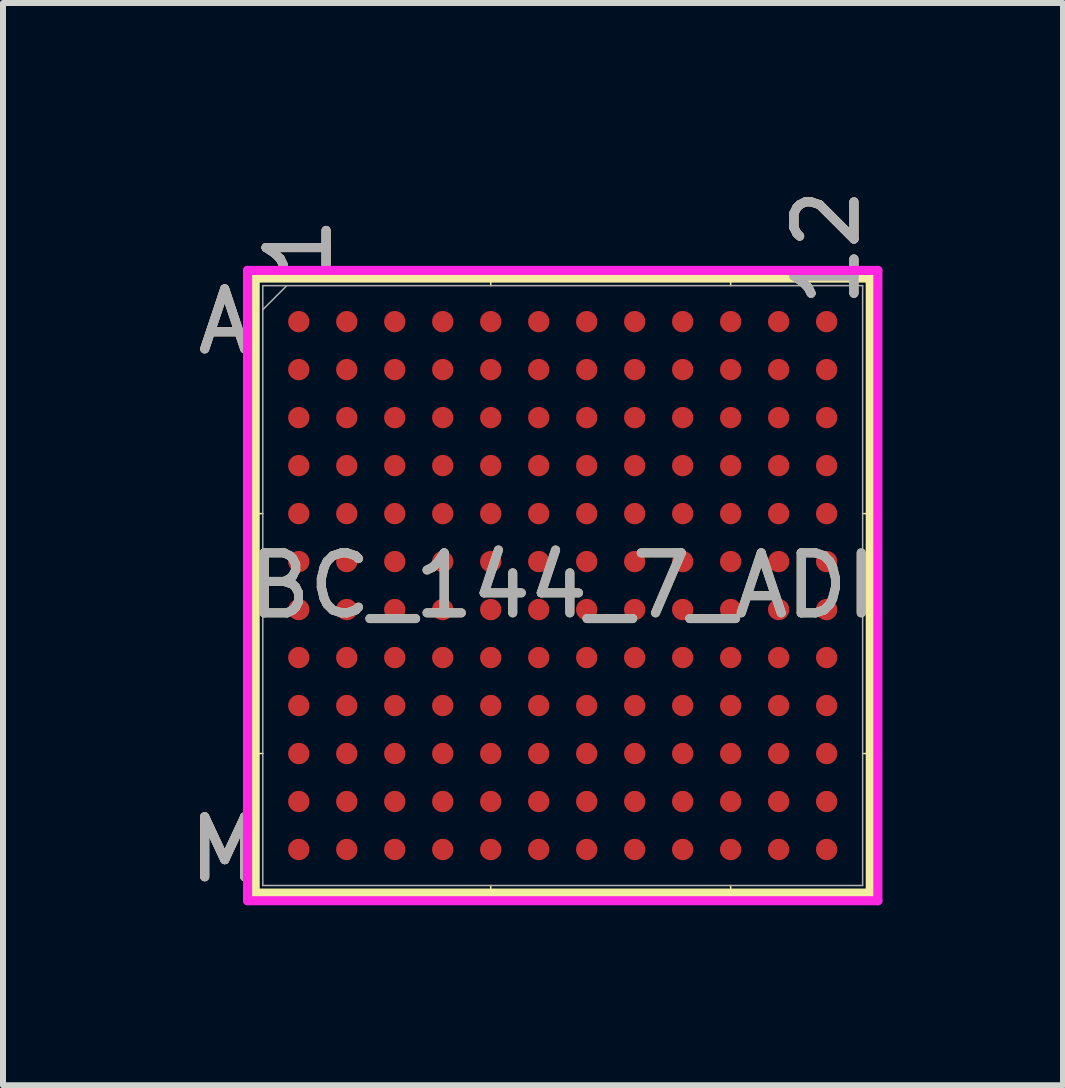
<source format=kicad_pcb>
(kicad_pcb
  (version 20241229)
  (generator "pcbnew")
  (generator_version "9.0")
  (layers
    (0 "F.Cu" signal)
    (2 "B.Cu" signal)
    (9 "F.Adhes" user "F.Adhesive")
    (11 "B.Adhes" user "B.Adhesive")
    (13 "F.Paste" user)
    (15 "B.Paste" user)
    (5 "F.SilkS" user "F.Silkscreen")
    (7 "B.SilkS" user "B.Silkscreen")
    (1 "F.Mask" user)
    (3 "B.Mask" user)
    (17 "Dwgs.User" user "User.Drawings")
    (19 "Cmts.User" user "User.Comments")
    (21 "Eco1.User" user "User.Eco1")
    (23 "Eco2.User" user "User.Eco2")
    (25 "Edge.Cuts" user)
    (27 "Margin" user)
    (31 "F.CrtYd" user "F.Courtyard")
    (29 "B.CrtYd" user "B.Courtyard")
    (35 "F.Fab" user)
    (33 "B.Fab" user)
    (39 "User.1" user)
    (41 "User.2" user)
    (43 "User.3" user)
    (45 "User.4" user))
  (footprint "BC_144_7_ADI"
    (layer "F.Cu")
    (at 6.331 6.712)
    (property "Reference" "BC_144_7_ADI" (at 0 0 0) (unlocked yes) (layer "F.SilkS") (effects (font (size 1 1) (thickness 0.15))))
    (attr smd)
    (fp_line (start -5.127 -5.127) (end -5.127 5.127) (stroke (width 0.152) (type solid)) (layer "F.SilkS"))
    (fp_line (start -5.127 5.127) (end 5.127 5.127) (stroke (width 0.152) (type solid)) (layer "F.SilkS"))
    (fp_line (start -5 -1.2) (end -5.254 -1.2) (stroke (width 0.025) (type solid)) (layer "F.SilkS"))
    (fp_line (start -5 2.8) (end -5.254 2.8) (stroke (width 0.025) (type solid)) (layer "F.SilkS"))
    (fp_line (start -1.2 -5) (end -1.2 -5.254) (stroke (width 0.025) (type solid)) (layer "F.SilkS"))
    (fp_line (start -1.2 5) (end -1.2 5.254) (stroke (width 0.025) (type solid)) (layer "F.SilkS"))
    (fp_line (start 2.8 -5) (end 2.8 -5.254) (stroke (width 0.025) (type solid)) (layer "F.SilkS"))
    (fp_line (start 2.8 5) (end 2.8 5.254) (stroke (width 0.025) (type solid)) (layer "F.SilkS"))
    (fp_line (start 5 -1.2) (end 5.254 -1.2) (stroke (width 0.025) (type solid)) (layer "F.SilkS"))
    (fp_line (start 5 2.8) (end 5.254 2.8) (stroke (width 0.025) (type solid)) (layer "F.SilkS"))
    (fp_line (start 5.127 -5.127) (end -5.127 -5.127) (stroke (width 0.152) (type solid)) (layer "F.SilkS"))
    (fp_line (start 5.127 5.127) (end 5.127 -5.127) (stroke (width 0.152) (type solid)) (layer "F.SilkS"))
    (fp_poly (pts (xy -5.245 -5.245) (xy 5.245 -5.245) (xy 5.245 5.245) (xy -5.245 5.245)) (stroke (width 0.1) (type solid)) (fill no) (layer "Eco2.User"))
    (fp_line (start -5.254 -5.254) (end 5.254 -5.254) (stroke (width 0.152) (type solid)) (layer "F.CrtYd"))
    (fp_line (start -5.254 5.254) (end -5.254 -5.254) (stroke (width 0.152) (type solid)) (layer "F.CrtYd"))
    (fp_line (start 5.254 -5.254) (end 5.254 5.254) (stroke (width 0.152) (type solid)) (layer "F.CrtYd"))
    (fp_line (start 5.254 5.254) (end -5.254 5.254) (stroke (width 0.152) (type solid)) (layer "F.CrtYd"))
    (fp_line (start -5 -5) (end -5 5) (stroke (width 0.025) (type solid)) (layer "F.Fab"))
    (fp_line (start -5 5) (end 5 5) (stroke (width 0.025) (type solid)) (layer "F.Fab"))
    (fp_line (start -4.6 -5) (end -5 -4.6) (stroke (width 0.025) (type solid)) (layer "F.Fab"))
    (fp_line (start 5 -5) (end -5 -5) (stroke (width 0.025) (type solid)) (layer "F.Fab"))
    (fp_line (start 5 5) (end 5 -5) (stroke (width 0.025) (type solid)) (layer "F.Fab"))
    (fp_text user "12" (at 4.4 -5.635 90) (unlocked yes) (layer "F.SilkS") (effects (font (size 1 1) (thickness 0.15))))
    (fp_text user "1" (at -4.4 -5.635 90) (unlocked yes) (layer "F.SilkS") (effects (font (size 1 1) (thickness 0.15))))
    (fp_text user "M" (at -5.635 4.4 0) (unlocked yes) (layer "F.SilkS") (effects (font (size 1 1) (thickness 0.15))))
    (fp_text user "A" (at -5.635 -4.4 0) (unlocked yes) (layer "F.SilkS") (effects (font (size 1 1) (thickness 0.15))))
    (fp_text user "1" (at -4.4 -5.635 90) (unlocked yes) (layer "B.SilkS") (effects (font (size 1 1) (thickness 0.15))))
    (fp_text user "A" (at -5.635 -4.4 0) (unlocked yes) (layer "B.SilkS") (effects (font (size 1 1) (thickness 0.15))))
    (fp_text user "12" (at 4.4 -5.635 90) (unlocked yes) (layer "B.SilkS") (effects (font (size 1 1) (thickness 0.15))))
    (fp_text user "M" (at -5.635 4.4 0) (unlocked yes) (layer "B.SilkS") (effects (font (size 1 1) (thickness 0.15))))
    (fp_text user "12" (at 4.4 -5.635 90) (unlocked yes) (layer "F.Fab") (effects (font (size 1 1) (thickness 0.15))))
    (fp_text user "1" (at -4.4 -5.635 90) (unlocked yes) (layer "F.Fab") (effects (font (size 1 1) (thickness 0.15))))
    (fp_text user "M" (at -5.635 4.4 0) (unlocked yes) (layer "F.Fab") (effects (font (size 1 1) (thickness 0.15))))
    (fp_text user "${REFERENCE}" (at 0 0 0) (unlocked yes) (layer "F.Fab") (effects (font (size 1 1) (thickness 0.15))))
    (fp_text user "A" (at -5.635 -4.4 0) (unlocked yes) (layer "F.Fab") (effects (font (size 1 1) (thickness 0.15))))
    (pad "A1" smd circle (at -4.4 -4.4) (size 0.356 0.356) (layers "F.Cu" "F.Mask" "F.Paste"))
    (pad "A2" smd circle (at -3.6 -4.4) (size 0.356 0.356) (layers "F.Cu" "F.Mask" "F.Paste"))
    (pad "A3" smd circle (at -2.8 -4.4) (size 0.356 0.356) (layers "F.Cu" "F.Mask" "F.Paste"))
    (pad "A4" smd circle (at -2 -4.4) (size 0.356 0.356) (layers "F.Cu" "F.Mask" "F.Paste"))
    (pad "A5" smd circle (at -1.2 -4.4) (size 0.356 0.356) (layers "F.Cu" "F.Mask" "F.Paste"))
    (pad "A6" smd circle (at -0.4 -4.4) (size 0.356 0.356) (layers "F.Cu" "F.Mask" "F.Paste"))
    (pad "A7" smd circle (at 0.4 -4.4) (size 0.356 0.356) (layers "F.Cu" "F.Mask" "F.Paste"))
    (pad "A8" smd circle (at 1.2 -4.4) (size 0.356 0.356) (layers "F.Cu" "F.Mask" "F.Paste"))
    (pad "A9" smd circle (at 2 -4.4) (size 0.356 0.356) (layers "F.Cu" "F.Mask" "F.Paste"))
    (pad "A10" smd circle (at 2.8 -4.4) (size 0.356 0.356) (layers "F.Cu" "F.Mask" "F.Paste"))
    (pad "A11" smd circle (at 3.6 -4.4) (size 0.356 0.356) (layers "F.Cu" "F.Mask" "F.Paste"))
    (pad "A12" smd circle (at 4.4 -4.4) (size 0.356 0.356) (layers "F.Cu" "F.Mask" "F.Paste"))
    (pad "B1" smd circle (at -4.4 -3.6) (size 0.356 0.356) (layers "F.Cu" "F.Mask" "F.Paste"))
    (pad "B2" smd circle (at -3.6 -3.6) (size 0.356 0.356) (layers "F.Cu" "F.Mask" "F.Paste"))
    (pad "B3" smd circle (at -2.8 -3.6) (size 0.356 0.356) (layers "F.Cu" "F.Mask" "F.Paste"))
    (pad "B4" smd circle (at -2 -3.6) (size 0.356 0.356) (layers "F.Cu" "F.Mask" "F.Paste"))
    (pad "B5" smd circle (at -1.2 -3.6) (size 0.356 0.356) (layers "F.Cu" "F.Mask" "F.Paste"))
    (pad "B6" smd circle (at -0.4 -3.6) (size 0.356 0.356) (layers "F.Cu" "F.Mask" "F.Paste"))
    (pad "B7" smd circle (at 0.4 -3.6) (size 0.356 0.356) (layers "F.Cu" "F.Mask" "F.Paste"))
    (pad "B8" smd circle (at 1.2 -3.6) (size 0.356 0.356) (layers "F.Cu" "F.Mask" "F.Paste"))
    (pad "B9" smd circle (at 2 -3.6) (size 0.356 0.356) (layers "F.Cu" "F.Mask" "F.Paste"))
    (pad "B10" smd circle (at 2.8 -3.6) (size 0.356 0.356) (layers "F.Cu" "F.Mask" "F.Paste"))
    (pad "B11" smd circle (at 3.6 -3.6) (size 0.356 0.356) (layers "F.Cu" "F.Mask" "F.Paste"))
    (pad "B12" smd circle (at 4.4 -3.6) (size 0.356 0.356) (layers "F.Cu" "F.Mask" "F.Paste"))
    (pad "C1" smd circle (at -4.4 -2.8) (size 0.356 0.356) (layers "F.Cu" "F.Mask" "F.Paste"))
    (pad "C2" smd circle (at -3.6 -2.8) (size 0.356 0.356) (layers "F.Cu" "F.Mask" "F.Paste"))
    (pad "C3" smd circle (at -2.8 -2.8) (size 0.356 0.356) (layers "F.Cu" "F.Mask" "F.Paste"))
    (pad "C4" smd circle (at -2 -2.8) (size 0.356 0.356) (layers "F.Cu" "F.Mask" "F.Paste"))
    (pad "C5" smd circle (at -1.2 -2.8) (size 0.356 0.356) (layers "F.Cu" "F.Mask" "F.Paste"))
    (pad "C6" smd circle (at -0.4 -2.8) (size 0.356 0.356) (layers "F.Cu" "F.Mask" "F.Paste"))
    (pad "C7" smd circle (at 0.4 -2.8) (size 0.356 0.356) (layers "F.Cu" "F.Mask" "F.Paste"))
    (pad "C8" smd circle (at 1.2 -2.8) (size 0.356 0.356) (layers "F.Cu" "F.Mask" "F.Paste"))
    (pad "C9" smd circle (at 2 -2.8) (size 0.356 0.356) (layers "F.Cu" "F.Mask" "F.Paste"))
    (pad "C10" smd circle (at 2.8 -2.8) (size 0.356 0.356) (layers "F.Cu" "F.Mask" "F.Paste"))
    (pad "C11" smd circle (at 3.6 -2.8) (size 0.356 0.356) (layers "F.Cu" "F.Mask" "F.Paste"))
    (pad "C12" smd circle (at 4.4 -2.8) (size 0.356 0.356) (layers "F.Cu" "F.Mask" "F.Paste"))
    (pad "D1" smd circle (at -4.4 -2) (size 0.356 0.356) (layers "F.Cu" "F.Mask" "F.Paste"))
    (pad "D2" smd circle (at -3.6 -2) (size 0.356 0.356) (layers "F.Cu" "F.Mask" "F.Paste"))
    (pad "D3" smd circle (at -2.8 -2) (size 0.356 0.356) (layers "F.Cu" "F.Mask" "F.Paste"))
    (pad "D4" smd circle (at -2 -2) (size 0.356 0.356) (layers "F.Cu" "F.Mask" "F.Paste"))
    (pad "D5" smd circle (at -1.2 -2) (size 0.356 0.356) (layers "F.Cu" "F.Mask" "F.Paste"))
    (pad "D6" smd circle (at -0.4 -2) (size 0.356 0.356) (layers "F.Cu" "F.Mask" "F.Paste"))
    (pad "D7" smd circle (at 0.4 -2) (size 0.356 0.356) (layers "F.Cu" "F.Mask" "F.Paste"))
    (pad "D8" smd circle (at 1.2 -2) (size 0.356 0.356) (layers "F.Cu" "F.Mask" "F.Paste"))
    (pad "D9" smd circle (at 2 -2) (size 0.356 0.356) (layers "F.Cu" "F.Mask" "F.Paste"))
    (pad "D10" smd circle (at 2.8 -2) (size 0.356 0.356) (layers "F.Cu" "F.Mask" "F.Paste"))
    (pad "D11" smd circle (at 3.6 -2) (size 0.356 0.356) (layers "F.Cu" "F.Mask" "F.Paste"))
    (pad "D12" smd circle (at 4.4 -2) (size 0.356 0.356) (layers "F.Cu" "F.Mask" "F.Paste"))
    (pad "E1" smd circle (at -4.4 -1.2) (size 0.356 0.356) (layers "F.Cu" "F.Mask" "F.Paste"))
    (pad "E2" smd circle (at -3.6 -1.2) (size 0.356 0.356) (layers "F.Cu" "F.Mask" "F.Paste"))
    (pad "E3" smd circle (at -2.8 -1.2) (size 0.356 0.356) (layers "F.Cu" "F.Mask" "F.Paste"))
    (pad "E4" smd circle (at -2 -1.2) (size 0.356 0.356) (layers "F.Cu" "F.Mask" "F.Paste"))
    (pad "E5" smd circle (at -1.2 -1.2) (size 0.356 0.356) (layers "F.Cu" "F.Mask" "F.Paste"))
    (pad "E6" smd circle (at -0.4 -1.2) (size 0.356 0.356) (layers "F.Cu" "F.Mask" "F.Paste"))
    (pad "E7" smd circle (at 0.4 -1.2) (size 0.356 0.356) (layers "F.Cu" "F.Mask" "F.Paste"))
    (pad "E8" smd circle (at 1.2 -1.2) (size 0.356 0.356) (layers "F.Cu" "F.Mask" "F.Paste"))
    (pad "E9" smd circle (at 2 -1.2) (size 0.356 0.356) (layers "F.Cu" "F.Mask" "F.Paste"))
    (pad "E10" smd circle (at 2.8 -1.2) (size 0.356 0.356) (layers "F.Cu" "F.Mask" "F.Paste"))
    (pad "E11" smd circle (at 3.6 -1.2) (size 0.356 0.356) (layers "F.Cu" "F.Mask" "F.Paste"))
    (pad "E12" smd circle (at 4.4 -1.2) (size 0.356 0.356) (layers "F.Cu" "F.Mask" "F.Paste"))
    (pad "F1" smd circle (at -4.4 -0.4) (size 0.356 0.356) (layers "F.Cu" "F.Mask" "F.Paste"))
    (pad "F2" smd circle (at -3.6 -0.4) (size 0.356 0.356) (layers "F.Cu" "F.Mask" "F.Paste"))
    (pad "F3" smd circle (at -2.8 -0.4) (size 0.356 0.356) (layers "F.Cu" "F.Mask" "F.Paste"))
    (pad "F4" smd circle (at -2 -0.4) (size 0.356 0.356) (layers "F.Cu" "F.Mask" "F.Paste"))
    (pad "F5" smd circle (at -1.2 -0.4) (size 0.356 0.356) (layers "F.Cu" "F.Mask" "F.Paste"))
    (pad "F6" smd circle (at -0.4 -0.4) (size 0.356 0.356) (layers "F.Cu" "F.Mask" "F.Paste"))
    (pad "F7" smd circle (at 0.4 -0.4) (size 0.356 0.356) (layers "F.Cu" "F.Mask" "F.Paste"))
    (pad "F8" smd circle (at 1.2 -0.4) (size 0.356 0.356) (layers "F.Cu" "F.Mask" "F.Paste"))
    (pad "F9" smd circle (at 2 -0.4) (size 0.356 0.356) (layers "F.Cu" "F.Mask" "F.Paste"))
    (pad "F10" smd circle (at 2.8 -0.4) (size 0.356 0.356) (layers "F.Cu" "F.Mask" "F.Paste"))
    (pad "F11" smd circle (at 3.6 -0.4) (size 0.356 0.356) (layers "F.Cu" "F.Mask" "F.Paste"))
    (pad "F12" smd circle (at 4.4 -0.4) (size 0.356 0.356) (layers "F.Cu" "F.Mask" "F.Paste"))
    (pad "G1" smd circle (at -4.4 0.4) (size 0.356 0.356) (layers "F.Cu" "F.Mask" "F.Paste"))
    (pad "G2" smd circle (at -3.6 0.4) (size 0.356 0.356) (layers "F.Cu" "F.Mask" "F.Paste"))
    (pad "G3" smd circle (at -2.8 0.4) (size 0.356 0.356) (layers "F.Cu" "F.Mask" "F.Paste"))
    (pad "G4" smd circle (at -2 0.4) (size 0.356 0.356) (layers "F.Cu" "F.Mask" "F.Paste"))
    (pad "G5" smd circle (at -1.2 0.4) (size 0.356 0.356) (layers "F.Cu" "F.Mask" "F.Paste"))
    (pad "G6" smd circle (at -0.4 0.4) (size 0.356 0.356) (layers "F.Cu" "F.Mask" "F.Paste"))
    (pad "G7" smd circle (at 0.4 0.4) (size 0.356 0.356) (layers "F.Cu" "F.Mask" "F.Paste"))
    (pad "G8" smd circle (at 1.2 0.4) (size 0.356 0.356) (layers "F.Cu" "F.Mask" "F.Paste"))
    (pad "G9" smd circle (at 2 0.4) (size 0.356 0.356) (layers "F.Cu" "F.Mask" "F.Paste"))
    (pad "G10" smd circle (at 2.8 0.4) (size 0.356 0.356) (layers "F.Cu" "F.Mask" "F.Paste"))
    (pad "G11" smd circle (at 3.6 0.4) (size 0.356 0.356) (layers "F.Cu" "F.Mask" "F.Paste"))
    (pad "G12" smd circle (at 4.4 0.4) (size 0.356 0.356) (layers "F.Cu" "F.Mask" "F.Paste"))
    (pad "H1" smd circle (at -4.4 1.2) (size 0.356 0.356) (layers "F.Cu" "F.Mask" "F.Paste"))
    (pad "H2" smd circle (at -3.6 1.2) (size 0.356 0.356) (layers "F.Cu" "F.Mask" "F.Paste"))
    (pad "H3" smd circle (at -2.8 1.2) (size 0.356 0.356) (layers "F.Cu" "F.Mask" "F.Paste"))
    (pad "H4" smd circle (at -2 1.2) (size 0.356 0.356) (layers "F.Cu" "F.Mask" "F.Paste"))
    (pad "H5" smd circle (at -1.2 1.2) (size 0.356 0.356) (layers "F.Cu" "F.Mask" "F.Paste"))
    (pad "H6" smd circle (at -0.4 1.2) (size 0.356 0.356) (layers "F.Cu" "F.Mask" "F.Paste"))
    (pad "H7" smd circle (at 0.4 1.2) (size 0.356 0.356) (layers "F.Cu" "F.Mask" "F.Paste"))
    (pad "H8" smd circle (at 1.2 1.2) (size 0.356 0.356) (layers "F.Cu" "F.Mask" "F.Paste"))
    (pad "H9" smd circle (at 2 1.2) (size 0.356 0.356) (layers "F.Cu" "F.Mask" "F.Paste"))
    (pad "H10" smd circle (at 2.8 1.2) (size 0.356 0.356) (layers "F.Cu" "F.Mask" "F.Paste"))
    (pad "H11" smd circle (at 3.6 1.2) (size 0.356 0.356) (layers "F.Cu" "F.Mask" "F.Paste"))
    (pad "H12" smd circle (at 4.4 1.2) (size 0.356 0.356) (layers "F.Cu" "F.Mask" "F.Paste"))
    (pad "J1" smd circle (at -4.4 2) (size 0.356 0.356) (layers "F.Cu" "F.Mask" "F.Paste"))
    (pad "J2" smd circle (at -3.6 2) (size 0.356 0.356) (layers "F.Cu" "F.Mask" "F.Paste"))
    (pad "J3" smd circle (at -2.8 2) (size 0.356 0.356) (layers "F.Cu" "F.Mask" "F.Paste"))
    (pad "J4" smd circle (at -2 2) (size 0.356 0.356) (layers "F.Cu" "F.Mask" "F.Paste"))
    (pad "J5" smd circle (at -1.2 2) (size 0.356 0.356) (layers "F.Cu" "F.Mask" "F.Paste"))
    (pad "J6" smd circle (at -0.4 2) (size 0.356 0.356) (layers "F.Cu" "F.Mask" "F.Paste"))
    (pad "J7" smd circle (at 0.4 2) (size 0.356 0.356) (layers "F.Cu" "F.Mask" "F.Paste"))
    (pad "J8" smd circle (at 1.2 2) (size 0.356 0.356) (layers "F.Cu" "F.Mask" "F.Paste"))
    (pad "J9" smd circle (at 2 2) (size 0.356 0.356) (layers "F.Cu" "F.Mask" "F.Paste"))
    (pad "J10" smd circle (at 2.8 2) (size 0.356 0.356) (layers "F.Cu" "F.Mask" "F.Paste"))
    (pad "J11" smd circle (at 3.6 2) (size 0.356 0.356) (layers "F.Cu" "F.Mask" "F.Paste"))
    (pad "J12" smd circle (at 4.4 2) (size 0.356 0.356) (layers "F.Cu" "F.Mask" "F.Paste"))
    (pad "K1" smd circle (at -4.4 2.8) (size 0.356 0.356) (layers "F.Cu" "F.Mask" "F.Paste"))
    (pad "K2" smd circle (at -3.6 2.8) (size 0.356 0.356) (layers "F.Cu" "F.Mask" "F.Paste"))
    (pad "K3" smd circle (at -2.8 2.8) (size 0.356 0.356) (layers "F.Cu" "F.Mask" "F.Paste"))
    (pad "K4" smd circle (at -2 2.8) (size 0.356 0.356) (layers "F.Cu" "F.Mask" "F.Paste"))
    (pad "K5" smd circle (at -1.2 2.8) (size 0.356 0.356) (layers "F.Cu" "F.Mask" "F.Paste"))
    (pad "K6" smd circle (at -0.4 2.8) (size 0.356 0.356) (layers "F.Cu" "F.Mask" "F.Paste"))
    (pad "K7" smd circle (at 0.4 2.8) (size 0.356 0.356) (layers "F.Cu" "F.Mask" "F.Paste"))
    (pad "K8" smd circle (at 1.2 2.8) (size 0.356 0.356) (layers "F.Cu" "F.Mask" "F.Paste"))
    (pad "K9" smd circle (at 2 2.8) (size 0.356 0.356) (layers "F.Cu" "F.Mask" "F.Paste"))
    (pad "K10" smd circle (at 2.8 2.8) (size 0.356 0.356) (layers "F.Cu" "F.Mask" "F.Paste"))
    (pad "K11" smd circle (at 3.6 2.8) (size 0.356 0.356) (layers "F.Cu" "F.Mask" "F.Paste"))
    (pad "K12" smd circle (at 4.4 2.8) (size 0.356 0.356) (layers "F.Cu" "F.Mask" "F.Paste"))
    (pad "L1" smd circle (at -4.4 3.6) (size 0.356 0.356) (layers "F.Cu" "F.Mask" "F.Paste"))
    (pad "L2" smd circle (at -3.6 3.6) (size 0.356 0.356) (layers "F.Cu" "F.Mask" "F.Paste"))
    (pad "L3" smd circle (at -2.8 3.6) (size 0.356 0.356) (layers "F.Cu" "F.Mask" "F.Paste"))
    (pad "L4" smd circle (at -2 3.6) (size 0.356 0.356) (layers "F.Cu" "F.Mask" "F.Paste"))
    (pad "L5" smd circle (at -1.2 3.6) (size 0.356 0.356) (layers "F.Cu" "F.Mask" "F.Paste"))
    (pad "L6" smd circle (at -0.4 3.6) (size 0.356 0.356) (layers "F.Cu" "F.Mask" "F.Paste"))
    (pad "L7" smd circle (at 0.4 3.6) (size 0.356 0.356) (layers "F.Cu" "F.Mask" "F.Paste"))
    (pad "L8" smd circle (at 1.2 3.6) (size 0.356 0.356) (layers "F.Cu" "F.Mask" "F.Paste"))
    (pad "L9" smd circle (at 2 3.6) (size 0.356 0.356) (layers "F.Cu" "F.Mask" "F.Paste"))
    (pad "L10" smd circle (at 2.8 3.6) (size 0.356 0.356) (layers "F.Cu" "F.Mask" "F.Paste"))
    (pad "L11" smd circle (at 3.6 3.6) (size 0.356 0.356) (layers "F.Cu" "F.Mask" "F.Paste"))
    (pad "L12" smd circle (at 4.4 3.6) (size 0.356 0.356) (layers "F.Cu" "F.Mask" "F.Paste"))
    (pad "M1" smd circle (at -4.4 4.4) (size 0.356 0.356) (layers "F.Cu" "F.Mask" "F.Paste"))
    (pad "M2" smd circle (at -3.6 4.4) (size 0.356 0.356) (layers "F.Cu" "F.Mask" "F.Paste"))
    (pad "M3" smd circle (at -2.8 4.4) (size 0.356 0.356) (layers "F.Cu" "F.Mask" "F.Paste"))
    (pad "M4" smd circle (at -2 4.4) (size 0.356 0.356) (layers "F.Cu" "F.Mask" "F.Paste"))
    (pad "M5" smd circle (at -1.2 4.4) (size 0.356 0.356) (layers "F.Cu" "F.Mask" "F.Paste"))
    (pad "M6" smd circle (at -0.4 4.4) (size 0.356 0.356) (layers "F.Cu" "F.Mask" "F.Paste"))
    (pad "M7" smd circle (at 0.4 4.4) (size 0.356 0.356) (layers "F.Cu" "F.Mask" "F.Paste"))
    (pad "M8" smd circle (at 1.2 4.4) (size 0.356 0.356) (layers "F.Cu" "F.Mask" "F.Paste"))
    (pad "M9" smd circle (at 2 4.4) (size 0.356 0.356) (layers "F.Cu" "F.Mask" "F.Paste"))
    (pad "M10" smd circle (at 2.8 4.4) (size 0.356 0.356) (layers "F.Cu" "F.Mask" "F.Paste"))
    (pad "M11" smd circle (at 3.6 4.4) (size 0.356 0.356) (layers "F.Cu" "F.Mask" "F.Paste"))
    (pad "M12" smd circle (at 4.4 4.4) (size 0.356 0.356) (layers "F.Cu" "F.Mask" "F.Paste")))
  (gr_rect
    (start -3 -3)
    (end 14.671 15.043)
    (stroke (width 0.1) (type default))
    (fill no)
    (layer "Edge.Cuts")))
</source>
